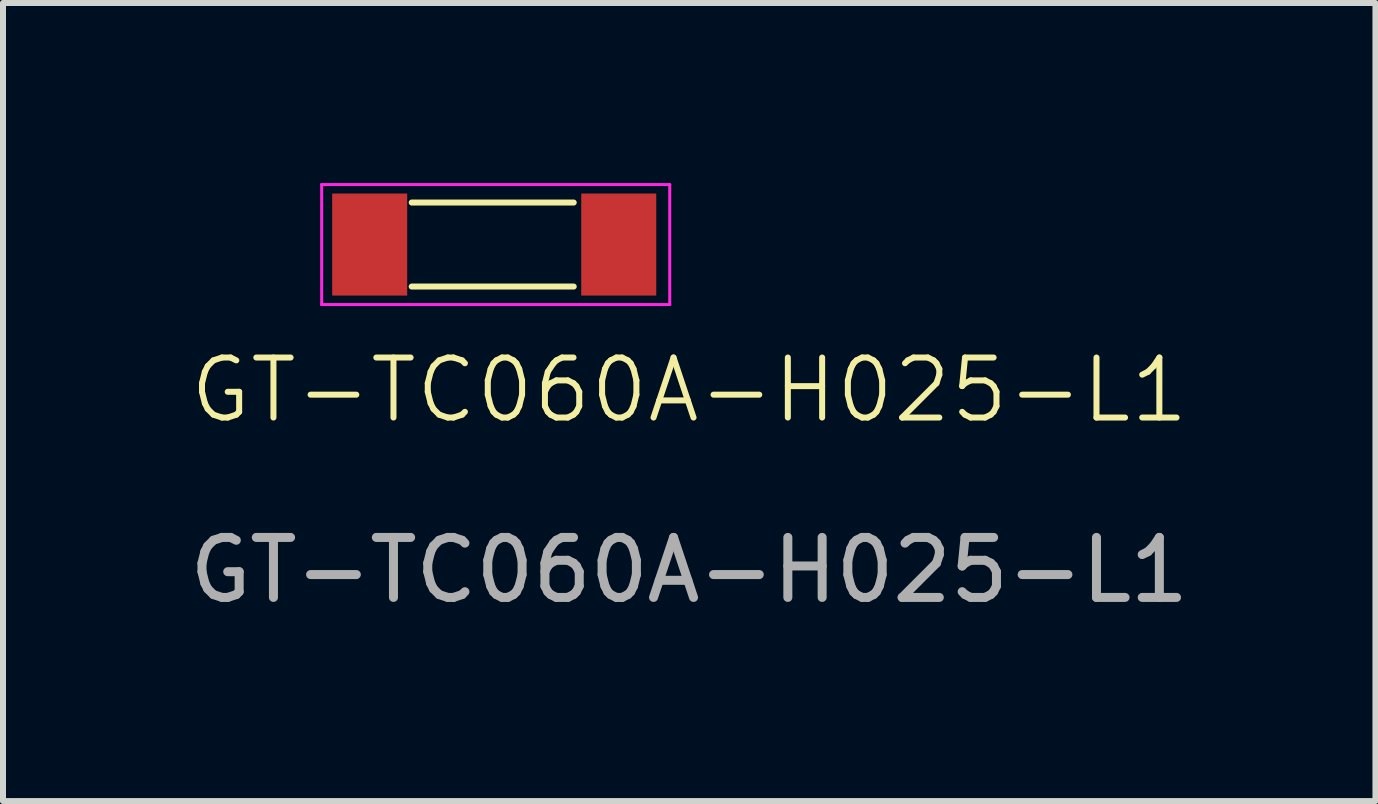
<source format=kicad_pcb>
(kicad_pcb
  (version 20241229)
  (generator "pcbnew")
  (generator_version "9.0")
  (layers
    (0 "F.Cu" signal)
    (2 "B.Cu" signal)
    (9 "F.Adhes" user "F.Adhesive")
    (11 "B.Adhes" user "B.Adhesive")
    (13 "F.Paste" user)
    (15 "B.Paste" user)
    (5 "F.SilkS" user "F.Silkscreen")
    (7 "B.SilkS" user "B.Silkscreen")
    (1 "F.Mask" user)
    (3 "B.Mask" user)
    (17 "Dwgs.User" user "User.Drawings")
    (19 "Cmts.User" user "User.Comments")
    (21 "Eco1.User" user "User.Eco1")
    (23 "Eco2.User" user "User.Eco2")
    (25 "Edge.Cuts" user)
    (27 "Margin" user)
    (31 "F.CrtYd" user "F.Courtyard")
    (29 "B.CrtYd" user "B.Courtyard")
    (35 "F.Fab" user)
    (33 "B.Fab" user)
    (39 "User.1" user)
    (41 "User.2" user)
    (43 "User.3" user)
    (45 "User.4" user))
  (footprint "GT-TC060A-H025-L1"
    (layer "F.Cu")
    (at 3.11 1.025)
    (property "Reference" "GT-TC060A-H025-L1" (at 5.325 2.425 0) (unlocked yes) (layer "F.SilkS") (effects (font (size 1 1) (thickness 0.1))))
    (attr smd)
    (fp_line (start 0.7 -0.7) (end 3.4 -0.7) (stroke (width 0.1) (type default)) (layer "F.SilkS"))
    (fp_line (start 0.7 0.7) (end 3.4 0.7) (stroke (width 0.1) (type default)) (layer "F.SilkS"))
    (fp_line (start -0.8 -1) (end 5 -1) (stroke (width 0.05) (type default)) (layer "F.CrtYd"))
    (fp_line (start -0.8 1) (end -0.8 -1) (stroke (width 0.05) (type default)) (layer "F.CrtYd"))
    (fp_line (start 5 -1) (end 5 1) (stroke (width 0.05) (type default)) (layer "F.CrtYd"))
    (fp_line (start 5 1) (end -0.8 1) (stroke (width 0.05) (type default)) (layer "F.CrtYd"))
    (fp_text user "${REFERENCE}" (at 5.325 5.425 0) (unlocked yes) (layer "F.Fab") (effects (font (size 1 1) (thickness 0.15))))
    (pad "1" smd rect (at 0 0) (size 1.25 1.7) (layers "F.Cu" "F.Mask" "F.Paste"))
    (pad "2" smd rect (at 4.15 0) (size 1.25 1.7) (layers "F.Cu" "F.Mask" "F.Paste")))
  (gr_rect
    (start -3 -3)
    (end 19.869 10.298)
    (stroke (width 0.1) (type default))
    (fill no)
    (layer "Edge.Cuts")))
</source>
